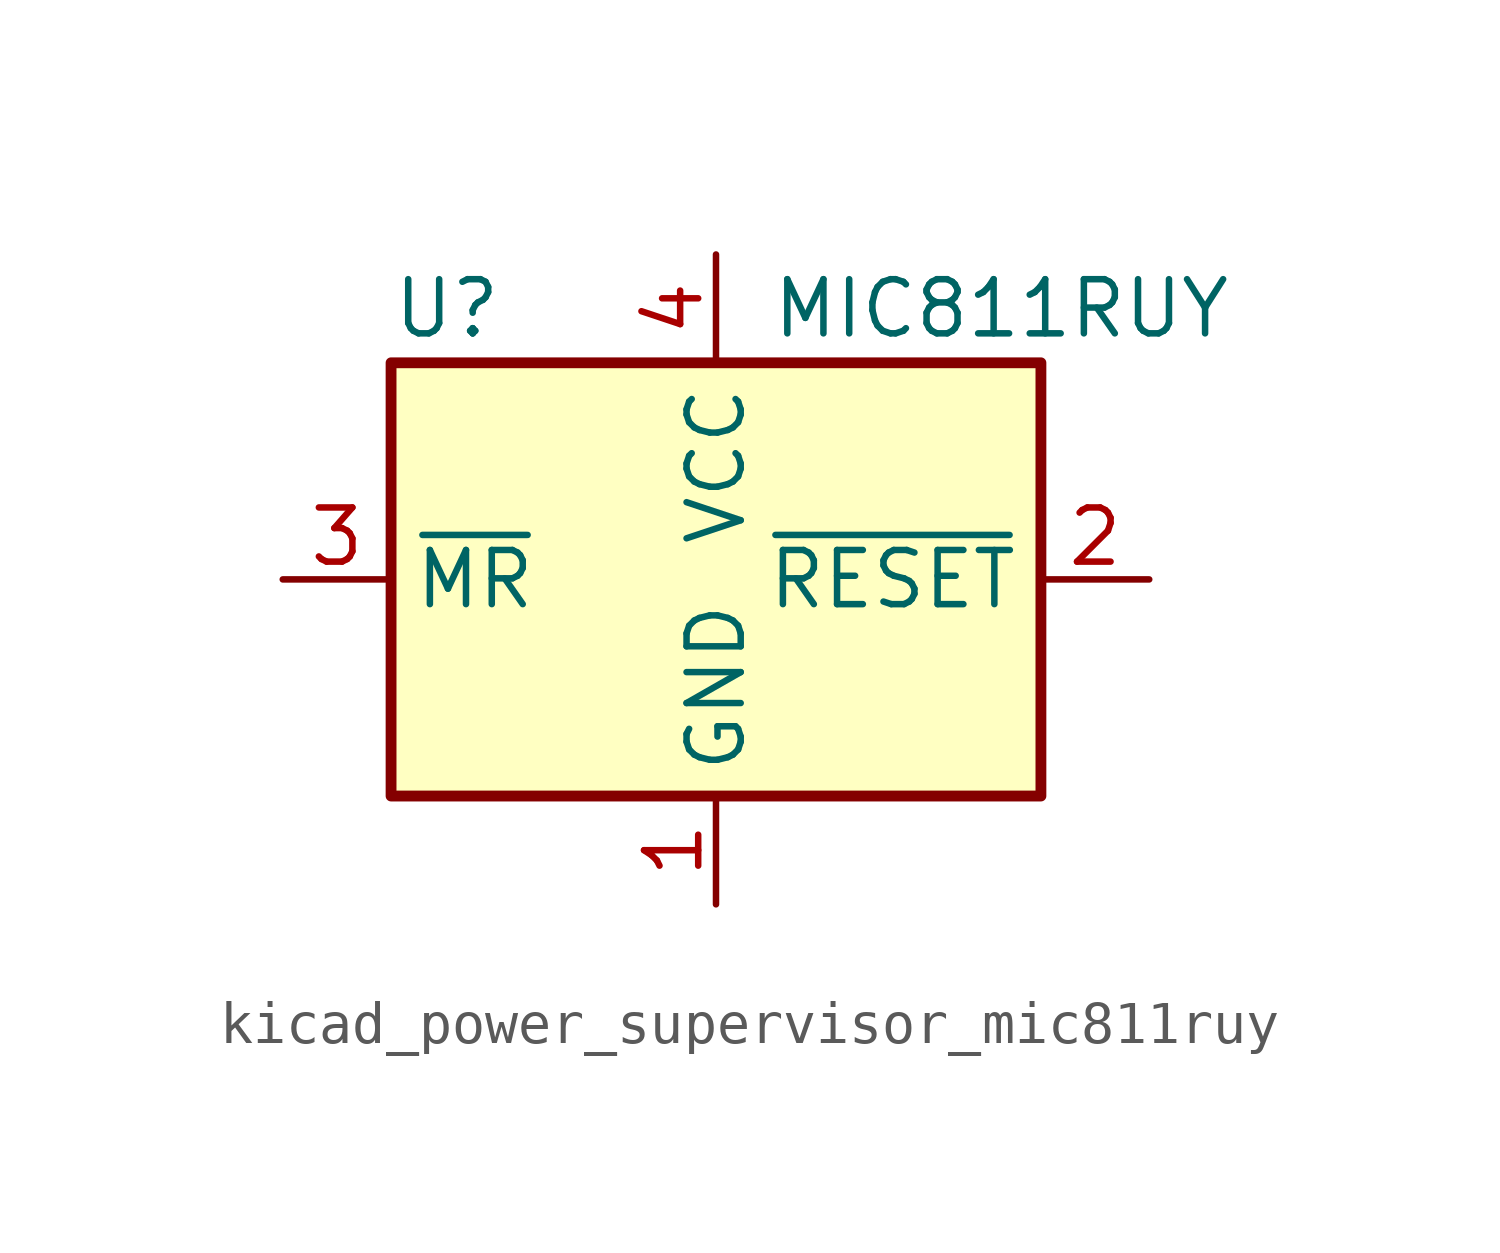
<source format=kicad_sym>
(kicad_symbol_lib
  (version 20220914)
  (generator kicad_symbol_editor)
  (symbol "kicad_power_supervisor_mic811ruy"
    (property "Reference" "U"
      (at -7.62 6.35 0)
      (effects (font (size 1.27 1.27)) (justify left)))
    (property "Value" "MIC811RUY"
      (at 1.27 6.35 0)
      (effects (font (size 1.27 1.27)) (justify left)))
    (symbol "kicad_power_supervisor_mic811ruy_0_1"
      (rectangle (start -7.62 5.08) (end 7.62 -5.08) (stroke (width 0.254) (type default)) (fill (type background))))
    (symbol "kicad_power_supervisor_mic811ruy_1_1"
      (pin power_in line (at 0 -7.62 90) (length 2.54) (name "GND" (effects (font (size 1.27 1.27)))) (number "1" (effects (font (size 1.27 1.27)))))
      (pin output line (at 10.16 0 180) (length 2.54) (name "~{RESET}" (effects (font (size 1.27 1.27)))) (number "2" (effects (font (size 1.27 1.27)))))
      (pin input line (at -10.16 0 0) (length 2.54) (name "~{MR}" (effects (font (size 1.27 1.27)))) (number "3" (effects (font (size 1.27 1.27)))))
      (pin power_in line (at 0 7.62 270) (length 2.54) (name "VCC" (effects (font (size 1.27 1.27)))) (number "4" (effects (font (size 1.27 1.27))))))))
</source>
